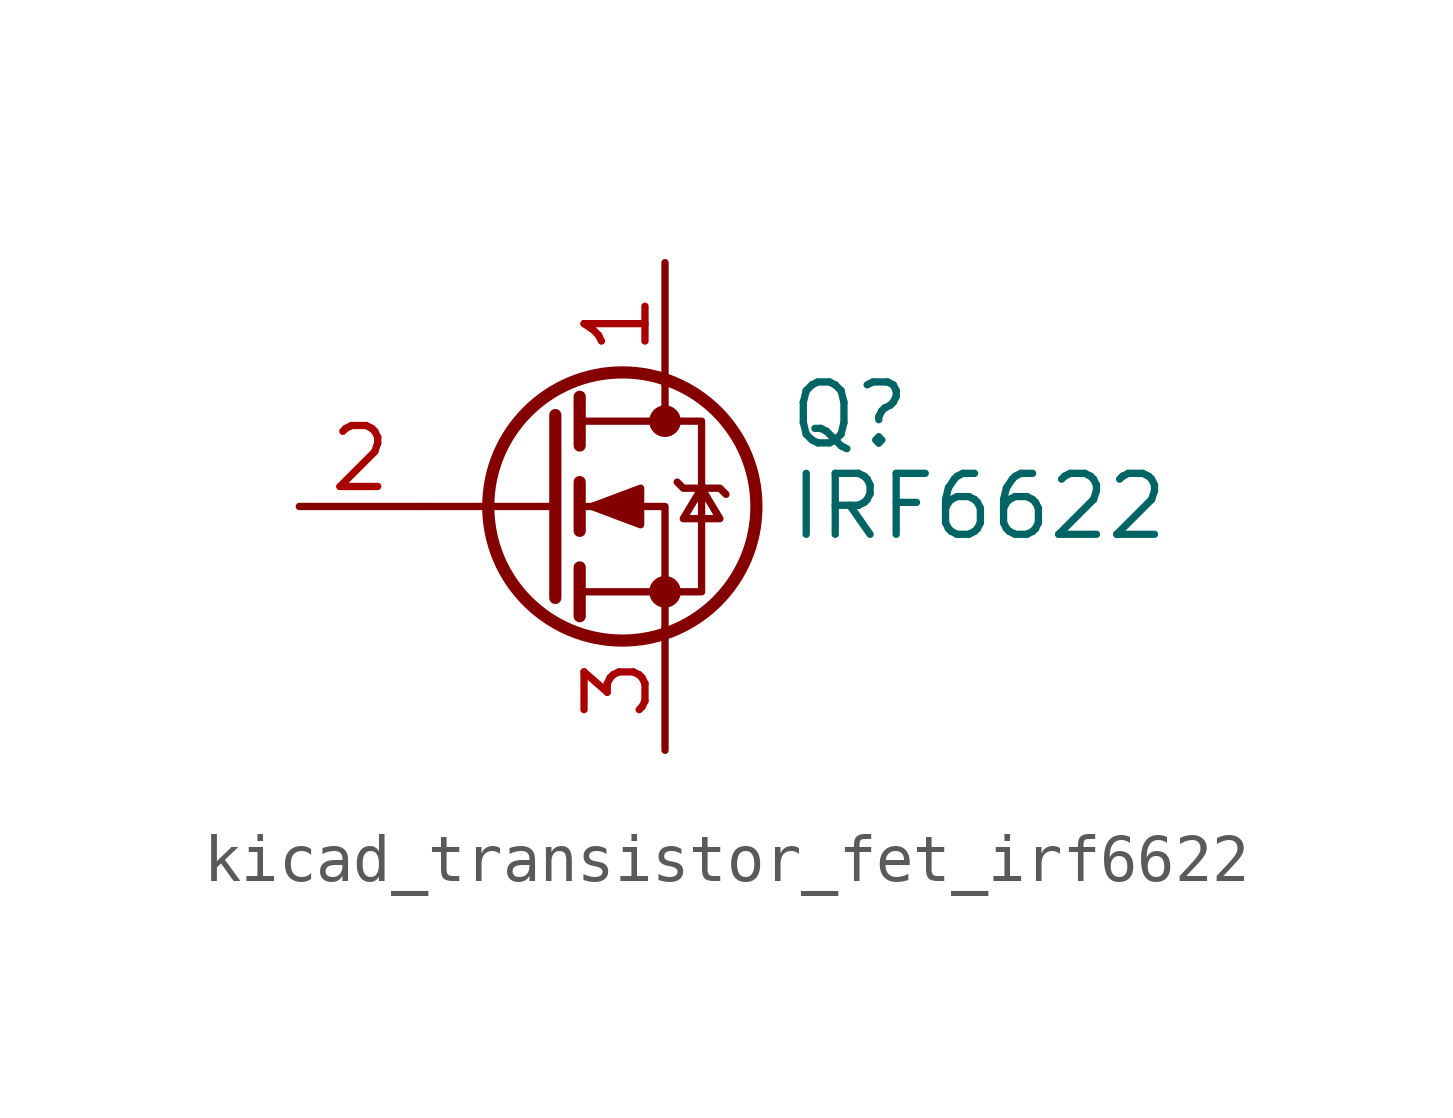
<source format=kicad_sym>
(kicad_symbol_lib
  (version 20220914)
  (generator kicad_symbol_editor)
  (symbol "kicad_transistor_fet_irf6622"
    (pin_names hide)
    (property "Reference" "Q"
      (at 5.08 1.905 0)
      (effects (font (size 1.27 1.27)) (justify left)))
    (property "Value" "IRF6622"
      (at 5.08 0 0)
      (effects (font (size 1.27 1.27)) (justify left)))
    (symbol "kicad_transistor_fet_irf6622_0_1"
      (polyline (pts (xy 0.254 0) (xy -2.54 0)) (stroke (width 0) (type default)) (fill (type none)))
      (polyline (pts (xy 0.254 1.905) (xy 0.254 -1.905)) (stroke (width 0.254) (type default)) (fill (type none)))
      (polyline (pts (xy 0.762 -1.27) (xy 0.762 -2.286)) (stroke (width 0.254) (type default)) (fill (type none)))
      (polyline (pts (xy 0.762 0.508) (xy 0.762 -0.508)) (stroke (width 0.254) (type default)) (fill (type none)))
      (polyline (pts (xy 0.762 2.286) (xy 0.762 1.27)) (stroke (width 0.254) (type default)) (fill (type none)))
      (polyline (pts (xy 2.54 2.54) (xy 2.54 1.778)) (stroke (width 0) (type default)) (fill (type none)))
      (polyline (pts (xy 2.54 -2.54) (xy 2.54 0) (xy 0.762 0)) (stroke (width 0) (type default)) (fill (type none)))
      (polyline (pts (xy 0.762 -1.778) (xy 3.302 -1.778) (xy 3.302 1.778) (xy 0.762 1.778)) (stroke (width 0) (type default)) (fill (type none)))
      (polyline (pts (xy 1.016 0) (xy 2.032 0.381) (xy 2.032 -0.381) (xy 1.016 0)) (stroke (width 0) (type default)) (fill (type outline)))
      (polyline (pts (xy 2.794 0.508) (xy 2.921 0.381) (xy 3.683 0.381) (xy 3.81 0.254)) (stroke (width 0) (type default)) (fill (type none)))
      (polyline (pts (xy 3.302 0.381) (xy 2.921 -0.254) (xy 3.683 -0.254) (xy 3.302 0.381)) (stroke (width 0) (type default)) (fill (type none)))
      (circle (center 1.651 0) (radius 2.794) (stroke (width 0.254) (type default)) (fill (type none)))
      (circle (center 2.54 -1.778) (radius 0.254) (stroke (width 0) (type default)) (fill (type outline)))
      (circle (center 2.54 1.778) (radius 0.254) (stroke (width 0) (type default)) (fill (type outline))))
    (symbol "kicad_transistor_fet_irf6622_1_1"
      (pin passive line (at 2.54 5.08 270) (length 2.54) (name "D" (effects (font (size 1.27 1.27)))) (number "1" (effects (font (size 1.27 1.27)))))
      (pin input line (at -5.08 0 0) (length 2.54) (name "G" (effects (font (size 1.27 1.27)))) (number "2" (effects (font (size 1.27 1.27)))))
      (pin passive line (at 2.54 -5.08 90) (length 2.54) (name "S" (effects (font (size 1.27 1.27)))) (number "3" (effects (font (size 1.27 1.27))))))))
</source>
